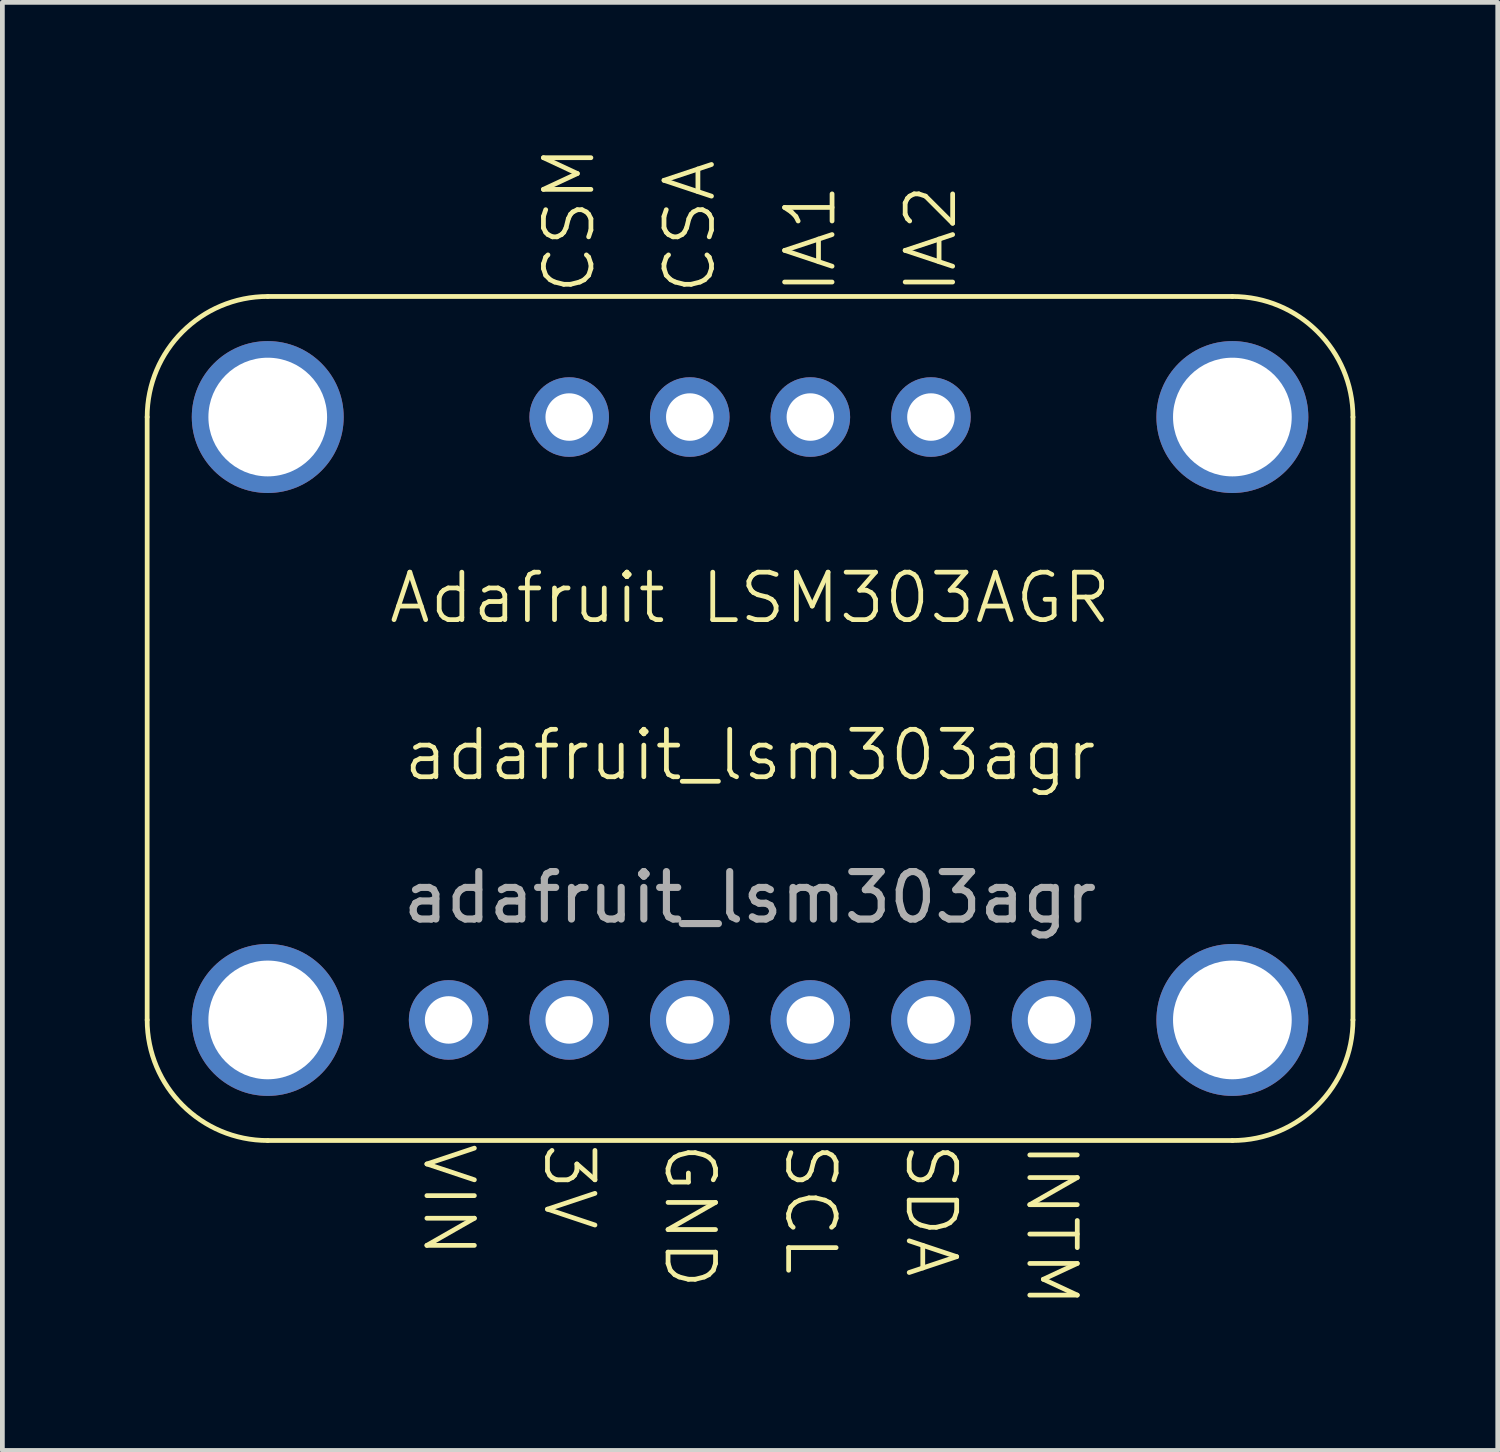
<source format=kicad_pcb>
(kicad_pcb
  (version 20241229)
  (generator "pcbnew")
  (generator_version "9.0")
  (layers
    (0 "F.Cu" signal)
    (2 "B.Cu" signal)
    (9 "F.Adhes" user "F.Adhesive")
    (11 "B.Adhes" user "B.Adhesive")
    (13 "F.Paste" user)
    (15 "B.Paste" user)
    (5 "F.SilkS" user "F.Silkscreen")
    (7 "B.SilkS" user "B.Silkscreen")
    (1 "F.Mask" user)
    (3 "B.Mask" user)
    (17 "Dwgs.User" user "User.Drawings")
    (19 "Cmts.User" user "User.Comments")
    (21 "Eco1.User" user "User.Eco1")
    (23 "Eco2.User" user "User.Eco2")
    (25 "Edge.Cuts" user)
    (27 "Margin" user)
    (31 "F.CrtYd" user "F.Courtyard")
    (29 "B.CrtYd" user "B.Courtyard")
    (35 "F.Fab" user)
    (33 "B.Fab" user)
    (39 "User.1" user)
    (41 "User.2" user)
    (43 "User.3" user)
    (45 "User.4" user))
  (footprint "adafruit_lsm303agr"
    (layer "F.Cu")
    (at 12.75 13.355)
    (property "Reference" "adafruit_lsm303agr" (at 0 -0.5 0) (unlocked yes) (layer "F.SilkS") (effects (font (size 1 1) (thickness 0.1))))
    (attr through_hole)
    (fp_line (start -12.7 5.08) (end -12.7 -7.62) (stroke (width 0.1) (type default)) (layer "F.SilkS"))
    (fp_line (start -10.16 -10.16) (end 10.16 -10.16) (stroke (width 0.1) (type default)) (layer "F.SilkS"))
    (fp_line (start -10.16 7.62) (end 10.16 7.62) (stroke (width 0.1) (type default)) (layer "F.SilkS"))
    (fp_line (start 12.7 5.08) (end 12.7 -7.62) (stroke (width 0.1) (type default)) (layer "F.SilkS"))
    (fp_arc (start -12.7 -7.62) (mid -11.956051 -9.416051) (end -10.16 -10.16) (stroke (width 0.1) (type default)) (layer "F.SilkS"))
    (fp_arc (start -10.16 7.62) (mid -11.956051 6.876051) (end -12.7 5.08) (stroke (width 0.1) (type default)) (layer "F.SilkS"))
    (fp_arc (start 10.16 -10.16) (mid 11.956051 -9.416051) (end 12.7 -7.62) (stroke (width 0.1) (type default)) (layer "F.SilkS"))
    (fp_arc (start 12.7 5.08) (mid 11.956051 6.876051) (end 10.16 7.62) (stroke (width 0.1) (type default)) (layer "F.SilkS"))
    (fp_text user "CSM" (at -3.81 -10.16 90) (unlocked yes) (layer "F.SilkS") (effects (font (size 1 1) (thickness 0.1)) (justify left)))
    (fp_text user "GND" (at -1.27 7.62 270) (unlocked yes) (layer "F.SilkS") (effects (font (size 1 1) (thickness 0.1)) (justify left)))
    (fp_text user "SCL" (at 1.27 7.62 270) (unlocked yes) (layer "F.SilkS") (effects (font (size 1 1) (thickness 0.1)) (justify left)))
    (fp_text user "Adafruit LSM303AGR" (at 0 -3.81 0) (unlocked yes) (layer "F.SilkS") (effects (font (size 1 1) (thickness 0.1))))
    (fp_text user "VIN" (at -6.35 7.62 270) (unlocked yes) (layer "F.SilkS") (effects (font (size 1 1) (thickness 0.1)) (justify left)))
    (fp_text user "IA2" (at 3.81 -10.16 90) (unlocked yes) (layer "F.SilkS") (effects (font (size 1 1) (thickness 0.1)) (justify left)))
    (fp_text user "IA1" (at 1.27 -10.16 90) (unlocked yes) (layer "F.SilkS") (effects (font (size 1 1) (thickness 0.1)) (justify left)))
    (fp_text user "CSA" (at -1.27 -10.16 90) (unlocked yes) (layer "F.SilkS") (effects (font (size 1 1) (thickness 0.1)) (justify left)))
    (fp_text user "3V" (at -3.81 7.62 270) (unlocked yes) (layer "F.SilkS") (effects (font (size 1 1) (thickness 0.1)) (justify left)))
    (fp_text user "SDA" (at 3.81 7.62 270) (unlocked yes) (layer "F.SilkS") (effects (font (size 1 1) (thickness 0.1)) (justify left)))
    (fp_text user "INTM" (at 6.35 7.62 270) (unlocked yes) (layer "F.SilkS") (effects (font (size 1 1) (thickness 0.1)) (justify left)))
    (fp_text user "${REFERENCE}" (at 0 2.5 0) (unlocked yes) (layer "F.Fab") (effects (font (size 1 1) (thickness 0.15))))
    (pad "" thru_hole circle (at -10.16 -7.62) (size 3.2 3.2) (drill 2.5) (layers "*.Cu" "*.Mask"))
    (pad "" thru_hole circle (at -10.16 5.08) (size 3.2 3.2) (drill 2.5) (layers "*.Cu" "*.Mask"))
    (pad "" thru_hole circle (at 10.16 -7.62) (size 3.2 3.2) (drill 2.5) (layers "*.Cu" "*.Mask"))
    (pad "" thru_hole circle (at 10.16 5.08) (size 3.2 3.2) (drill 2.5) (layers "*.Cu" "*.Mask"))
    (pad "0" thru_hole circle (at -3.81 -7.62 90) (size 1.676 1.676) (drill 1) (layers "*.Cu" "*.Mask"))
    (pad "1" thru_hole circle (at -1.27 -7.62 90) (size 1.676 1.676) (drill 1) (layers "*.Cu" "*.Mask"))
    (pad "2" thru_hole circle (at 1.27 -7.62 90) (size 1.676 1.676) (drill 1) (layers "*.Cu" "*.Mask"))
    (pad "3" thru_hole circle (at 3.81 -7.62 90) (size 1.676 1.676) (drill 1) (layers "*.Cu" "*.Mask"))
    (pad "4" thru_hole circle (at -6.35 5.08 90) (size 1.676 1.676) (drill 1) (layers "*.Cu" "*.Mask"))
    (pad "5" thru_hole circle (at -3.81 5.08 90) (size 1.676 1.676) (drill 1) (layers "*.Cu" "*.Mask"))
    (pad "6" thru_hole circle (at -1.27 5.08 90) (size 1.676 1.676) (drill 1) (layers "*.Cu" "*.Mask"))
    (pad "7" thru_hole circle (at 1.27 5.08 90) (size 1.676 1.676) (drill 1) (layers "*.Cu" "*.Mask"))
    (pad "8" thru_hole circle (at 3.81 5.08 90) (size 1.676 1.676) (drill 1) (layers "*.Cu" "*.Mask"))
    (pad "9" thru_hole circle (at 6.35 5.08 90) (size 1.676 1.676) (drill 1) (layers "*.Cu" "*.Mask")))
  (gr_rect
    (start -3 -3)
    (end 28.5 27.504)
    (stroke (width 0.1) (type default))
    (fill no)
    (layer "Edge.Cuts")))
</source>
